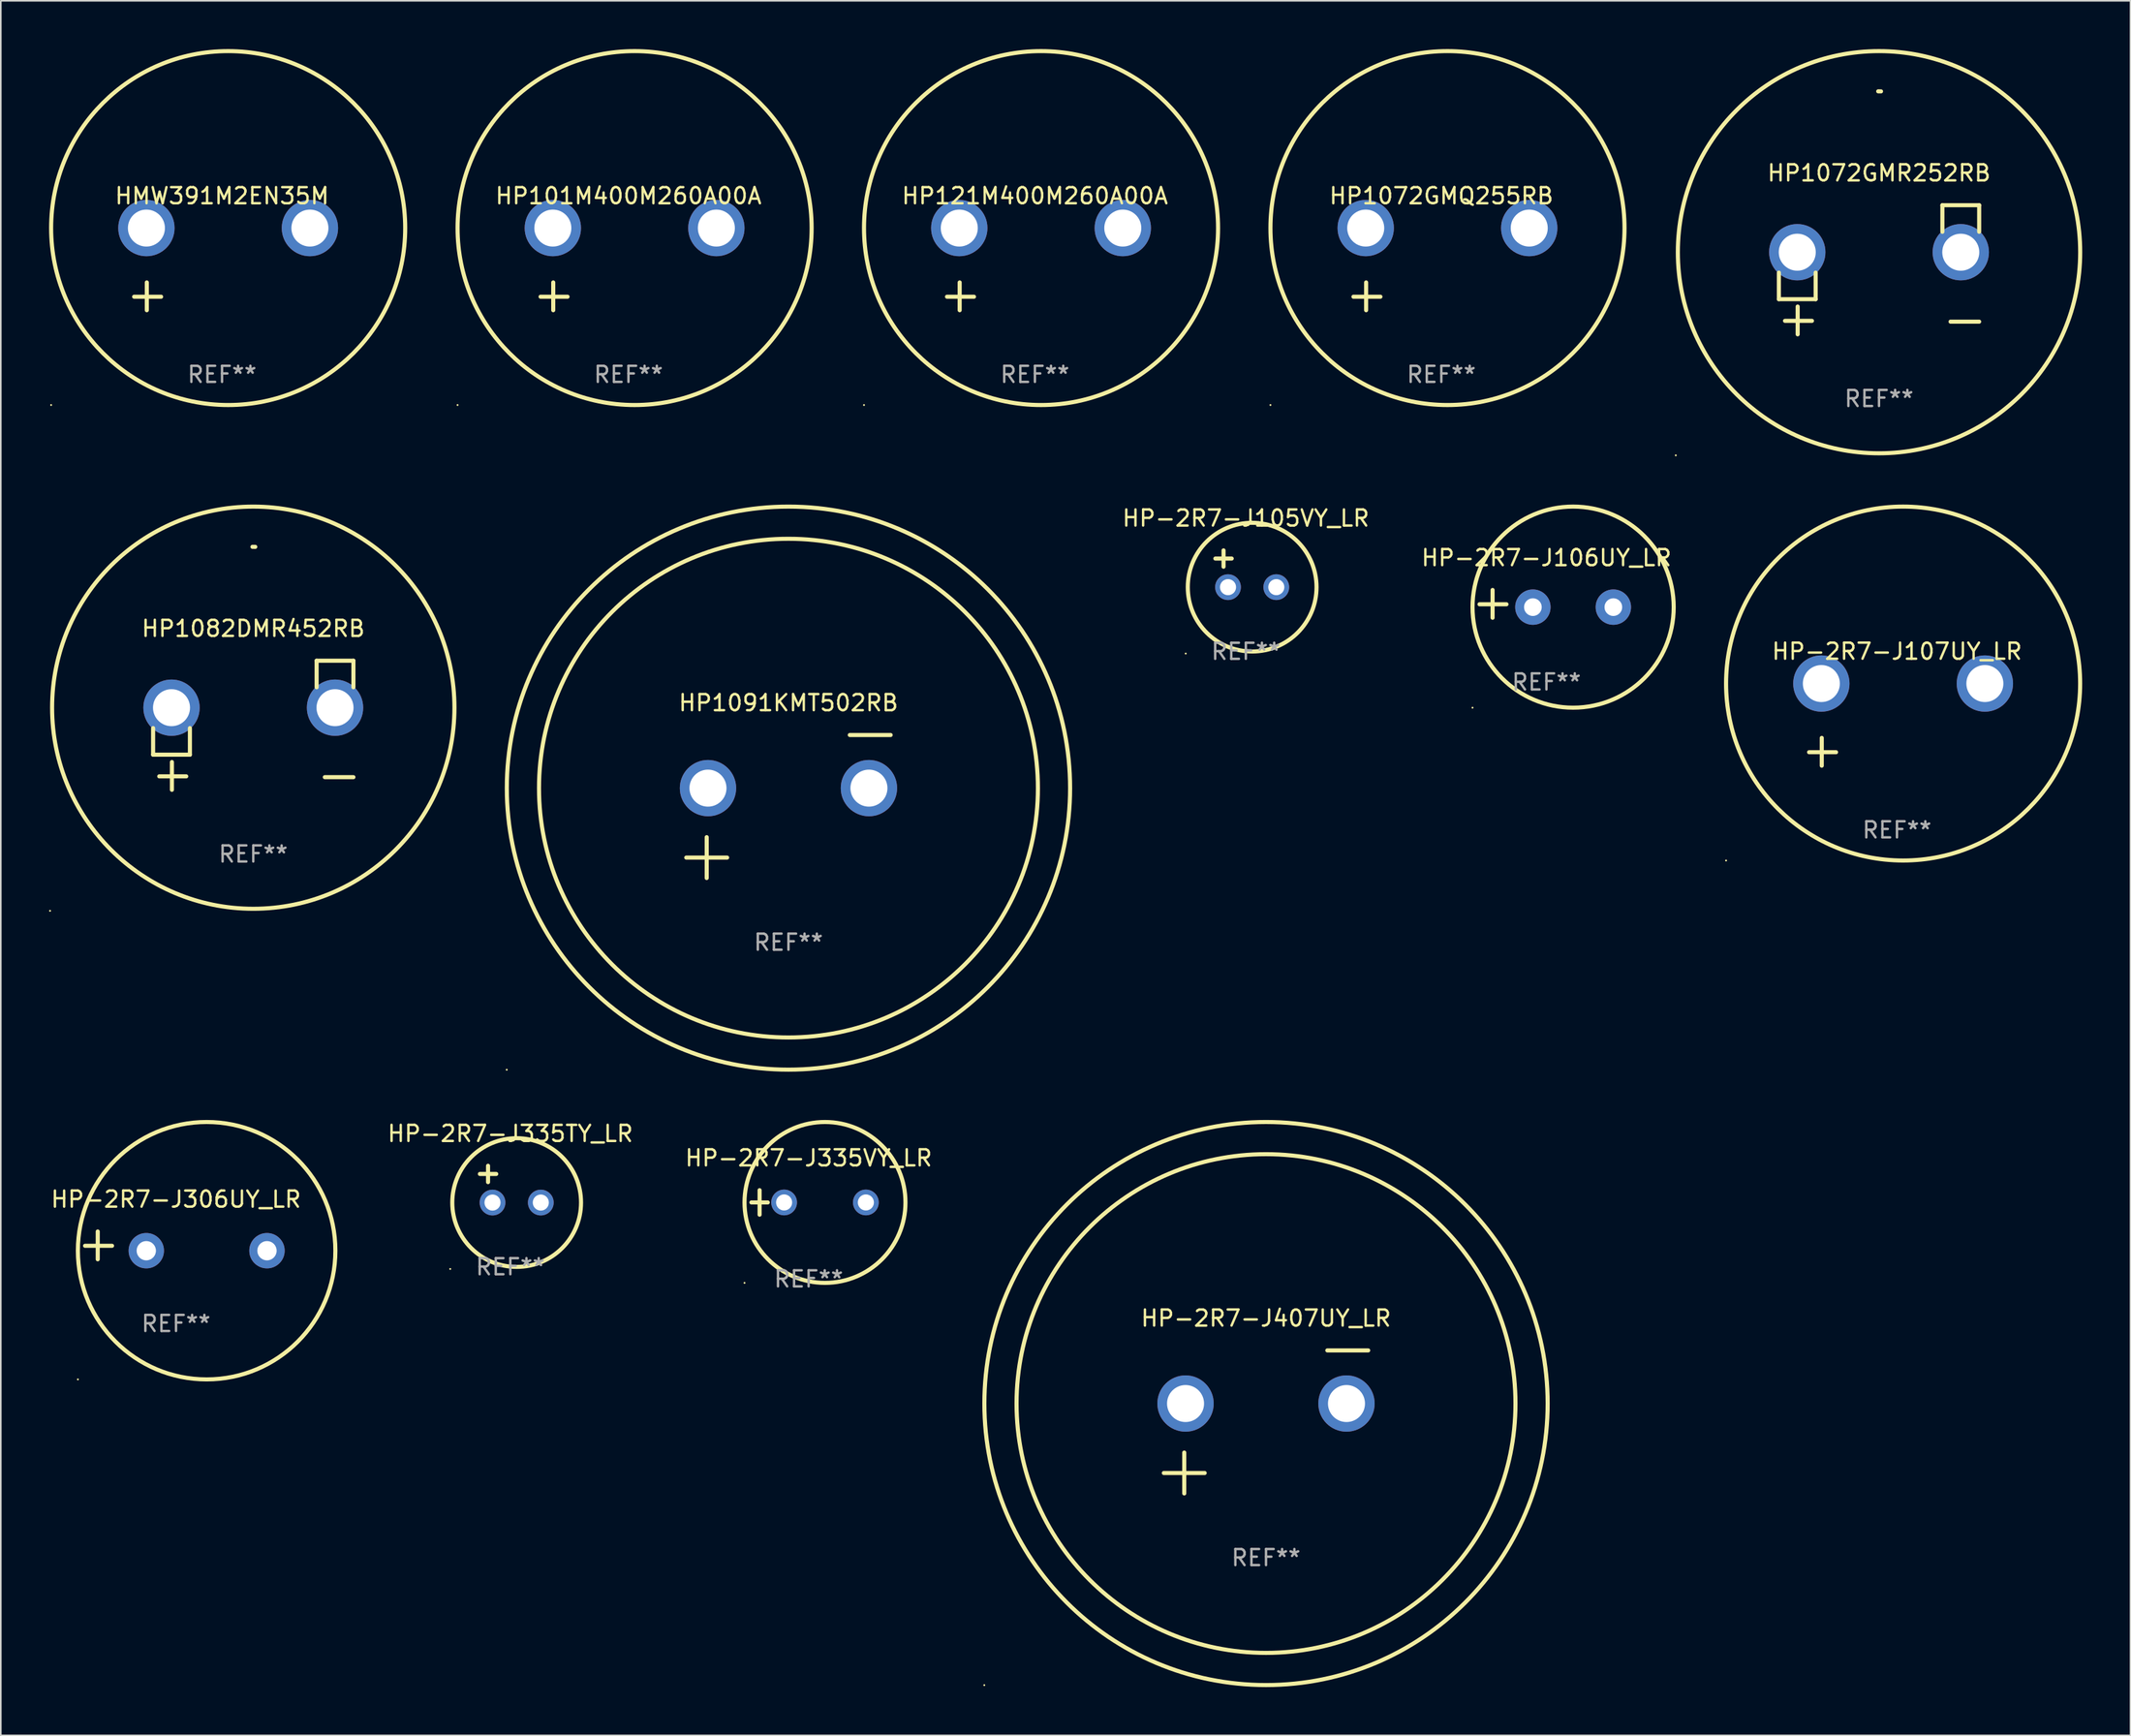
<source format=kicad_pcb>
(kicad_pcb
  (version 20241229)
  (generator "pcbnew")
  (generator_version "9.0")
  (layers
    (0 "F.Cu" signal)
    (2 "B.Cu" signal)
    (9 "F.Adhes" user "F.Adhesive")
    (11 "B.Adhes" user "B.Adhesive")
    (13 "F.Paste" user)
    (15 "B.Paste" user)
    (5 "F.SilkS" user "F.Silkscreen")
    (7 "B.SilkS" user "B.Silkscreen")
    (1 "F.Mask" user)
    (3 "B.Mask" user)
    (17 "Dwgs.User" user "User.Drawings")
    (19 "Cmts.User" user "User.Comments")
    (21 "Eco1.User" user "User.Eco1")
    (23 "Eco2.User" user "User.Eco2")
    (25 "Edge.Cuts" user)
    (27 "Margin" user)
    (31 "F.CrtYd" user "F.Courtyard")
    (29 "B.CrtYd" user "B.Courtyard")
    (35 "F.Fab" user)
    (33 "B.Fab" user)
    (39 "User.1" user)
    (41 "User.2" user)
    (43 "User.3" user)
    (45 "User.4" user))
  (footprint "HP1072GMR252RB"
    (layer "F.Cu")
    (at 113.703 13.719)
    (property "Reference" "HP1072GMR252RB" (at 0 -6.013 0) (layer "F.SilkS") (effects (font (size 1 1) (thickness 0.15))))
    (attr through_hole)
    (fp_line (start -6.223 0.178) (end -6.223 1.829) (stroke (width 0.254) (type solid)) (layer "F.SilkS"))
    (fp_line (start -6.223 1.829) (end -3.937 1.829) (stroke (width 0.254) (type solid)) (layer "F.SilkS"))
    (fp_line (start -5.055 4.013) (end -5.055 2.286) (stroke (width 0.254) (type solid)) (layer "F.SilkS"))
    (fp_line (start -4.166 3.175) (end -5.842 3.175) (stroke (width 0.254) (type solid)) (layer "F.SilkS"))
    (fp_line (start -3.937 1.829) (end -3.937 0.178) (stroke (width 0.254) (type solid)) (layer "F.SilkS"))
    (fp_line (start 3.937 -4.013) (end 3.937 -2.362) (stroke (width 0.254) (type solid)) (layer "F.SilkS"))
    (fp_line (start 6.223 -4.013) (end 3.937 -4.013) (stroke (width 0.254) (type solid)) (layer "F.SilkS"))
    (fp_line (start 6.223 -2.362) (end 6.223 -4.013) (stroke (width 0.254) (type solid)) (layer "F.SilkS"))
    (fp_line (start 6.223 3.226) (end 4.445 3.226) (stroke (width 0.254) (type solid)) (layer "F.SilkS"))
    (fp_arc (start -0.0508 -11.092202) (mid 0.036835 -11.091307) (end 0.12446 -11.089662) (stroke (width 0.254001) (type solid)) (layer "F.SilkS"))
    (fp_circle (center -12.627 11.535) (end -12.597 11.535) (stroke (width 0.06) (type solid)) (fill no) (layer "F.SilkS"))
    (fp_circle (center 0 -1.092) (end 12.5 -1.092) (stroke (width 0.254) (type solid)) (fill no) (layer "F.SilkS"))
    (fp_text user "REF**" (at 0 8.013 0) (layer "F.Fab") (effects (font (size 1 1) (thickness 0.15))))
    (pad "1" thru_hole circle (at -5.08 -1.092) (size 3.5 3.5) (drill 2.3) (layers "*.Cu" "*.Mask"))
    (pad "2" thru_hole circle (at 5.08 -1.092) (size 3.5 3.5) (drill 2.3) (layers "*.Cu" "*.Mask")))
  (footprint "HP-2R7-J106UY_LR"
    (layer "F.Cu")
    (at 93.038 34.487)
    (property "Reference" "HP-2R7-J106UY_LR" (at 0 -2.864 0) (layer "F.SilkS") (effects (font (size 1 1) (thickness 0.15))))
    (attr through_hole)
    (fp_line (start -3.346 0.864) (end -3.346 -0.864) (stroke (width 0.254) (type solid)) (layer "F.SilkS"))
    (fp_line (start -2.482 0.025) (end -4.158 0.025) (stroke (width 0.254) (type solid)) (layer "F.SilkS"))
    (fp_circle (center -4.592 6.453) (end -4.562 6.453) (stroke (width 0.06) (type solid)) (fill no) (layer "F.SilkS"))
    (fp_circle (center 1.658 0.203) (end 7.908 0.203) (stroke (width 0.254) (type solid)) (fill no) (layer "F.SilkS"))
    (fp_text user "REF**" (at 0 4.864 0) (layer "F.Fab") (effects (font (size 1 1) (thickness 0.15))))
    (pad "1" thru_hole circle (at -0.842 0.203) (size 2.2 2.2) (drill 1.1) (layers "*.Cu" "*.Mask"))
    (pad "2" thru_hole circle (at 4.158 0.203) (size 2.2 2.2) (drill 1.1) (layers "*.Cu" "*.Mask")))
  (footprint "HP-2R7-J105VY_LR"
    (layer "F.Cu")
    (at 74.36 32.305)
    (property "Reference" "HP-2R7-J105VY_LR" (at 0 -3.143 0) (layer "F.SilkS") (effects (font (size 1 1) (thickness 0.15))))
    (attr through_hole)
    (fp_line (start -1.893 -0.635) (end -0.877 -0.635) (stroke (width 0.254) (type solid)) (layer "F.SilkS"))
    (fp_line (start -1.385 -1.143) (end -1.385 -0.127) (stroke (width 0.254) (type solid)) (layer "F.SilkS"))
    (fp_circle (center -3.735 5.271) (end -3.705 5.271) (stroke (width 0.06) (type solid)) (fill no) (layer "F.SilkS"))
    (fp_circle (center 0.393 1.143) (end 4.393 1.143) (stroke (width 0.254) (type solid)) (fill no) (layer "F.SilkS"))
    (fp_text user "REF**" (at 0 5.143 0) (layer "F.Fab") (effects (font (size 1 1) (thickness 0.15))))
    (pad "1" thru_hole circle (at -1.107 1.143) (size 1.6 1.6) (drill 1) (layers "*.Cu" "*.Mask"))
    (pad "2" thru_hole circle (at 1.893 1.143) (size 1.6 1.6) (drill 1) (layers "*.Cu" "*.Mask")))
  (footprint "HP101M400M260A00A"
    (layer "F.Cu")
    (at 36 13.68)
    (property "Reference" "HP101M400M260A00A" (at 0 -4.553 0) (layer "F.SilkS") (effects (font (size 1 1) (thickness 0.15))))
    (attr through_hole)
    (fp_line (start -4.674 2.553) (end -4.674 0.826) (stroke (width 0.254) (type solid)) (layer "F.SilkS"))
    (fp_line (start -3.785 1.715) (end -5.461 1.715) (stroke (width 0.254) (type solid)) (layer "F.SilkS"))
    (fp_circle (center -10.619 8.447) (end -10.589 8.447) (stroke (width 0.06) (type solid)) (fill no) (layer "F.SilkS"))
    (fp_circle (center 0.381 -2.553) (end 11.381 -2.553) (stroke (width 0.254) (type solid)) (fill no) (layer "F.SilkS"))
    (fp_text user "REF**" (at 0 6.553 0) (layer "F.Fab") (effects (font (size 1 1) (thickness 0.15))))
    (pad "1" thru_hole circle (at -4.699 -2.553) (size 3.5 3.5) (drill 2.3) (layers "*.Cu" "*.Mask"))
    (pad "2" thru_hole circle (at 5.461 -2.553) (size 3.5 3.5) (drill 2.3) (layers "*.Cu" "*.Mask")))
  (footprint "HP-2R7-J335VY_LR"
    (layer "F.Cu")
    (at 47.195 71.695)
    (property "Reference" "HP-2R7-J335VY_LR" (at 0 -2.762 0) (layer "F.SilkS") (effects (font (size 1 1) (thickness 0.15))))
    (attr through_hole)
    (fp_line (start -3.556 0) (end -2.54 0) (stroke (width 0.254) (type solid)) (layer "F.SilkS"))
    (fp_line (start -3.048 -0.762) (end -3.048 0.762) (stroke (width 0.254) (type solid)) (layer "F.SilkS"))
    (fp_circle (center -3.984 5) (end -3.954 5) (stroke (width 0.06) (type solid)) (fill no) (layer "F.SilkS"))
    (fp_circle (center 1.016 0) (end 6.016 0) (stroke (width 0.254) (type solid)) (fill no) (layer "F.SilkS"))
    (fp_text user "REF**" (at 0 4.762 0) (layer "F.Fab") (effects (font (size 1 1) (thickness 0.15))))
    (pad "1" thru_hole circle (at -1.524 0) (size 1.6 1.6) (drill 1) (layers "*.Cu" "*.Mask"))
    (pad "2" thru_hole circle (at 3.556 0) (size 1.6 1.6) (drill 1) (layers "*.Cu" "*.Mask")))
  (footprint "HP-2R7-J335TY_LR"
    (layer "F.Cu")
    (at 28.66 70.559)
    (property "Reference" "HP-2R7-J335TY_LR" (at 0 -3.143 0) (layer "F.SilkS") (effects (font (size 1 1) (thickness 0.15))))
    (attr through_hole)
    (fp_line (start -1.893 -0.635) (end -0.877 -0.635) (stroke (width 0.254) (type solid)) (layer "F.SilkS"))
    (fp_line (start -1.385 -1.143) (end -1.385 -0.127) (stroke (width 0.254) (type solid)) (layer "F.SilkS"))
    (fp_circle (center -3.735 5.271) (end -3.705 5.271) (stroke (width 0.06) (type solid)) (fill no) (layer "F.SilkS"))
    (fp_circle (center 0.393 1.143) (end 4.393 1.143) (stroke (width 0.254) (type solid)) (fill no) (layer "F.SilkS"))
    (fp_text user "REF**" (at 0 5.143 0) (layer "F.Fab") (effects (font (size 1 1) (thickness 0.15))))
    (pad "1" thru_hole circle (at -1.107 1.143) (size 1.6 1.6) (drill 1) (layers "*.Cu" "*.Mask"))
    (pad "2" thru_hole circle (at 1.893 1.143) (size 1.6 1.6) (drill 1) (layers "*.Cu" "*.Mask")))
  (footprint "HP-2R7-J107UY_LR"
    (layer "F.Cu")
    (at 114.819 41.993)
    (property "Reference" "HP-2R7-J107UY_LR" (at 0 -4.553 0) (layer "F.SilkS") (effects (font (size 1 1) (thickness 0.15))))
    (attr through_hole)
    (fp_line (start -4.674 2.553) (end -4.674 0.826) (stroke (width 0.254) (type solid)) (layer "F.SilkS"))
    (fp_line (start -3.785 1.715) (end -5.461 1.715) (stroke (width 0.254) (type solid)) (layer "F.SilkS"))
    (fp_circle (center -10.619 8.447) (end -10.589 8.447) (stroke (width 0.06) (type solid)) (fill no) (layer "F.SilkS"))
    (fp_circle (center 0.381 -2.553) (end 11.381 -2.553) (stroke (width 0.254) (type solid)) (fill no) (layer "F.SilkS"))
    (fp_text user "REF**" (at 0 6.553 0) (layer "F.Fab") (effects (font (size 1 1) (thickness 0.15))))
    (pad "1" thru_hole circle (at -4.699 -2.553) (size 3.5 3.5) (drill 2.3) (layers "*.Cu" "*.Mask"))
    (pad "2" thru_hole circle (at 5.461 -2.553) (size 3.5 3.5) (drill 2.3) (layers "*.Cu" "*.Mask")))
  (footprint "HP121M400M260A00A"
    (layer "F.Cu")
    (at 61.254 13.68)
    (property "Reference" "HP121M400M260A00A" (at 0 -4.553 0) (layer "F.SilkS") (effects (font (size 1 1) (thickness 0.15))))
    (attr through_hole)
    (fp_line (start -4.674 2.553) (end -4.674 0.826) (stroke (width 0.254) (type solid)) (layer "F.SilkS"))
    (fp_line (start -3.785 1.715) (end -5.461 1.715) (stroke (width 0.254) (type solid)) (layer "F.SilkS"))
    (fp_circle (center -10.619 8.447) (end -10.589 8.447) (stroke (width 0.06) (type solid)) (fill no) (layer "F.SilkS"))
    (fp_circle (center 0.381 -2.553) (end 11.381 -2.553) (stroke (width 0.254) (type solid)) (fill no) (layer "F.SilkS"))
    (fp_text user "REF**" (at 0 6.553 0) (layer "F.Fab") (effects (font (size 1 1) (thickness 0.15))))
    (pad "1" thru_hole circle (at -4.699 -2.553) (size 3.5 3.5) (drill 2.3) (layers "*.Cu" "*.Mask"))
    (pad "2" thru_hole circle (at 5.461 -2.553) (size 3.5 3.5) (drill 2.3) (layers "*.Cu" "*.Mask")))
  (footprint "HP1072GMQ255RB"
    (layer "F.Cu")
    (at 86.508 13.68)
    (property "Reference" "HP1072GMQ255RB" (at 0 -4.553 0) (layer "F.SilkS") (effects (font (size 1 1) (thickness 0.15))))
    (attr through_hole)
    (fp_line (start -4.674 2.553) (end -4.674 0.826) (stroke (width 0.254) (type solid)) (layer "F.SilkS"))
    (fp_line (start -3.785 1.715) (end -5.461 1.715) (stroke (width 0.254) (type solid)) (layer "F.SilkS"))
    (fp_circle (center -10.619 8.447) (end -10.589 8.447) (stroke (width 0.06) (type solid)) (fill no) (layer "F.SilkS"))
    (fp_circle (center 0.381 -2.553) (end 11.381 -2.553) (stroke (width 0.254) (type solid)) (fill no) (layer "F.SilkS"))
    (fp_text user "REF**" (at 0 6.553 0) (layer "F.Fab") (effects (font (size 1 1) (thickness 0.15))))
    (pad "1" thru_hole circle (at -4.699 -2.553) (size 3.5 3.5) (drill 2.3) (layers "*.Cu" "*.Mask"))
    (pad "2" thru_hole circle (at 5.461 -2.553) (size 3.5 3.5) (drill 2.3) (layers "*.Cu" "*.Mask")))
  (footprint "HMW391M2EN35M"
    (layer "F.Cu")
    (at 10.746 13.68)
    (property "Reference" "HMW391M2EN35M" (at 0 -4.553 0) (layer "F.SilkS") (effects (font (size 1 1) (thickness 0.15))))
    (attr through_hole)
    (fp_line (start -4.674 2.553) (end -4.674 0.826) (stroke (width 0.254) (type solid)) (layer "F.SilkS"))
    (fp_line (start -3.785 1.715) (end -5.461 1.715) (stroke (width 0.254) (type solid)) (layer "F.SilkS"))
    (fp_circle (center -10.619 8.447) (end -10.589 8.447) (stroke (width 0.06) (type solid)) (fill no) (layer "F.SilkS"))
    (fp_circle (center 0.381 -2.553) (end 11.381 -2.553) (stroke (width 0.254) (type solid)) (fill no) (layer "F.SilkS"))
    (fp_text user "REF**" (at 0 6.553 0) (layer "F.Fab") (effects (font (size 1 1) (thickness 0.15))))
    (pad "1" thru_hole circle (at -4.699 -2.553) (size 3.5 3.5) (drill 2.3) (layers "*.Cu" "*.Mask"))
    (pad "2" thru_hole circle (at 5.461 -2.553) (size 3.5 3.5) (drill 2.3) (layers "*.Cu" "*.Mask")))
  (footprint "HP-2R7-J306UY_LR"
    (layer "F.Cu")
    (at 7.887 74.365)
    (property "Reference" "HP-2R7-J306UY_LR" (at 0 -2.864 0) (layer "F.SilkS") (effects (font (size 1 1) (thickness 0.15))))
    (attr through_hole)
    (fp_line (start -4.864 0.864) (end -4.864 -0.864) (stroke (width 0.254) (type solid)) (layer "F.SilkS"))
    (fp_line (start -3.975 0.025) (end -5.652 0.025) (stroke (width 0.254) (type solid)) (layer "F.SilkS"))
    (fp_circle (center -6.098 8.33) (end -6.068 8.33) (stroke (width 0.06) (type solid)) (fill no) (layer "F.SilkS"))
    (fp_circle (center 1.902 0.33) (end 9.902 0.33) (stroke (width 0.254) (type solid)) (fill no) (layer "F.SilkS"))
    (fp_text user "REF**" (at 0 4.864 0) (layer "F.Fab") (effects (font (size 1 1) (thickness 0.15))))
    (pad "1" thru_hole circle (at -1.848 0.33) (size 2.2 2.2) (drill 1.2) (layers "*.Cu" "*.Mask"))
    (pad "2" thru_hole circle (at 5.652 0.33) (size 2.2 2.2) (drill 1.2) (layers "*.Cu" "*.Mask")))
  (footprint "HP1082DMR452RB"
    (layer "F.Cu")
    (at 12.687 42.033)
    (property "Reference" "HP1082DMR452RB" (at 0 -6.013 0) (layer "F.SilkS") (effects (font (size 1 1) (thickness 0.15))))
    (attr through_hole)
    (fp_line (start -6.223 0.178) (end -6.223 1.829) (stroke (width 0.254) (type solid)) (layer "F.SilkS"))
    (fp_line (start -6.223 1.829) (end -3.937 1.829) (stroke (width 0.254) (type solid)) (layer "F.SilkS"))
    (fp_line (start -5.055 4.013) (end -5.055 2.286) (stroke (width 0.254) (type solid)) (layer "F.SilkS"))
    (fp_line (start -4.166 3.175) (end -5.842 3.175) (stroke (width 0.254) (type solid)) (layer "F.SilkS"))
    (fp_line (start -3.937 1.829) (end -3.937 0.178) (stroke (width 0.254) (type solid)) (layer "F.SilkS"))
    (fp_line (start 3.937 -4.013) (end 3.937 -2.362) (stroke (width 0.254) (type solid)) (layer "F.SilkS"))
    (fp_line (start 6.223 -4.013) (end 3.937 -4.013) (stroke (width 0.254) (type solid)) (layer "F.SilkS"))
    (fp_line (start 6.223 -2.362) (end 6.223 -4.013) (stroke (width 0.254) (type solid)) (layer "F.SilkS"))
    (fp_line (start 6.223 3.226) (end 4.445 3.226) (stroke (width 0.254) (type solid)) (layer "F.SilkS"))
    (fp_arc (start -0.0508 -11.092202) (mid 0.036835 -11.091307) (end 0.12446 -11.089662) (stroke (width 0.254001) (type solid)) (layer "F.SilkS"))
    (fp_circle (center -12.627 11.535) (end -12.597 11.535) (stroke (width 0.06) (type solid)) (fill no) (layer "F.SilkS"))
    (fp_circle (center 0 -1.092) (end 12.5 -1.092) (stroke (width 0.254) (type solid)) (fill no) (layer "F.SilkS"))
    (fp_text user "REF**" (at 0 8.013 0) (layer "F.Fab") (effects (font (size 1 1) (thickness 0.15))))
    (pad "1" thru_hole circle (at -5.08 -1.092) (size 3.5 3.5) (drill 2.3) (layers "*.Cu" "*.Mask"))
    (pad "2" thru_hole circle (at 5.08 -1.092) (size 3.5 3.5) (drill 2.3) (layers "*.Cu" "*.Mask")))
  (footprint "HP1091KMT502RB"
    (layer "F.Cu")
    (at 45.941 47.084)
    (property "Reference" "HP1091KMT502RB" (at 0 -6.445 0) (layer "F.SilkS") (effects (font (size 1 1) (thickness 0.15))))
    (attr through_hole)
    (fp_line (start -6.35 3.175) (end -3.81 3.175) (stroke (width 0.254) (type solid)) (layer "F.SilkS"))
    (fp_line (start -5.08 1.905) (end -5.08 4.445) (stroke (width 0.254) (type solid)) (layer "F.SilkS"))
    (fp_line (start 3.81 -4.445) (end 6.35 -4.445) (stroke (width 0.254) (type solid)) (layer "F.SilkS"))
    (fp_circle (center -17.505 16.362) (end -17.475 16.362) (stroke (width 0.06) (type solid)) (fill no) (layer "F.SilkS"))
    (fp_circle (center 0 -1.143) (end 15.5 -1.143) (stroke (width 0.254) (type solid)) (fill no) (layer "F.SilkS"))
    (fp_circle (center 0 -1.143) (end 17.5 -1.143) (stroke (width 0.254) (type solid)) (fill no) (layer "F.SilkS"))
    (fp_text user "REF**" (at 0 8.445 0) (layer "F.Fab") (effects (font (size 1 1) (thickness 0.15))))
    (pad "1" thru_hole circle (at -5 -1.143) (size 3.5 3.5) (drill 2.3) (layers "*.Cu" "*.Mask"))
    (pad "2" thru_hole circle (at 5 -1.143) (size 3.5 3.5) (drill 2.3) (layers "*.Cu" "*.Mask")))
  (footprint "HP-2R7-J407UY_LR"
    (layer "F.Cu")
    (at 75.614 85.338)
    (property "Reference" "HP-2R7-J407UY_LR" (at 0 -6.445 0) (layer "F.SilkS") (effects (font (size 1 1) (thickness 0.15))))
    (attr through_hole)
    (fp_line (start -6.35 3.175) (end -3.81 3.175) (stroke (width 0.254) (type solid)) (layer "F.SilkS"))
    (fp_line (start -5.08 1.905) (end -5.08 4.445) (stroke (width 0.254) (type solid)) (layer "F.SilkS"))
    (fp_line (start 3.81 -4.445) (end 6.35 -4.445) (stroke (width 0.254) (type solid)) (layer "F.SilkS"))
    (fp_circle (center -17.505 16.362) (end -17.475 16.362) (stroke (width 0.06) (type solid)) (fill no) (layer "F.SilkS"))
    (fp_circle (center 0 -1.143) (end 15.5 -1.143) (stroke (width 0.254) (type solid)) (fill no) (layer "F.SilkS"))
    (fp_circle (center 0 -1.143) (end 17.5 -1.143) (stroke (width 0.254) (type solid)) (fill no) (layer "F.SilkS"))
    (fp_text user "REF**" (at 0 8.445 0) (layer "F.Fab") (effects (font (size 1 1) (thickness 0.15))))
    (pad "1" thru_hole circle (at -5 -1.143) (size 3.5 3.5) (drill 2.3) (layers "*.Cu" "*.Mask"))
    (pad "2" thru_hole circle (at 5 -1.143) (size 3.5 3.5) (drill 2.3) (layers "*.Cu" "*.Mask")))
  (gr_rect
    (start -3 -3)
    (end 129.33 104.822)
    (stroke (width 0.1) (type default))
    (fill no)
    (layer "Edge.Cuts")))
</source>
